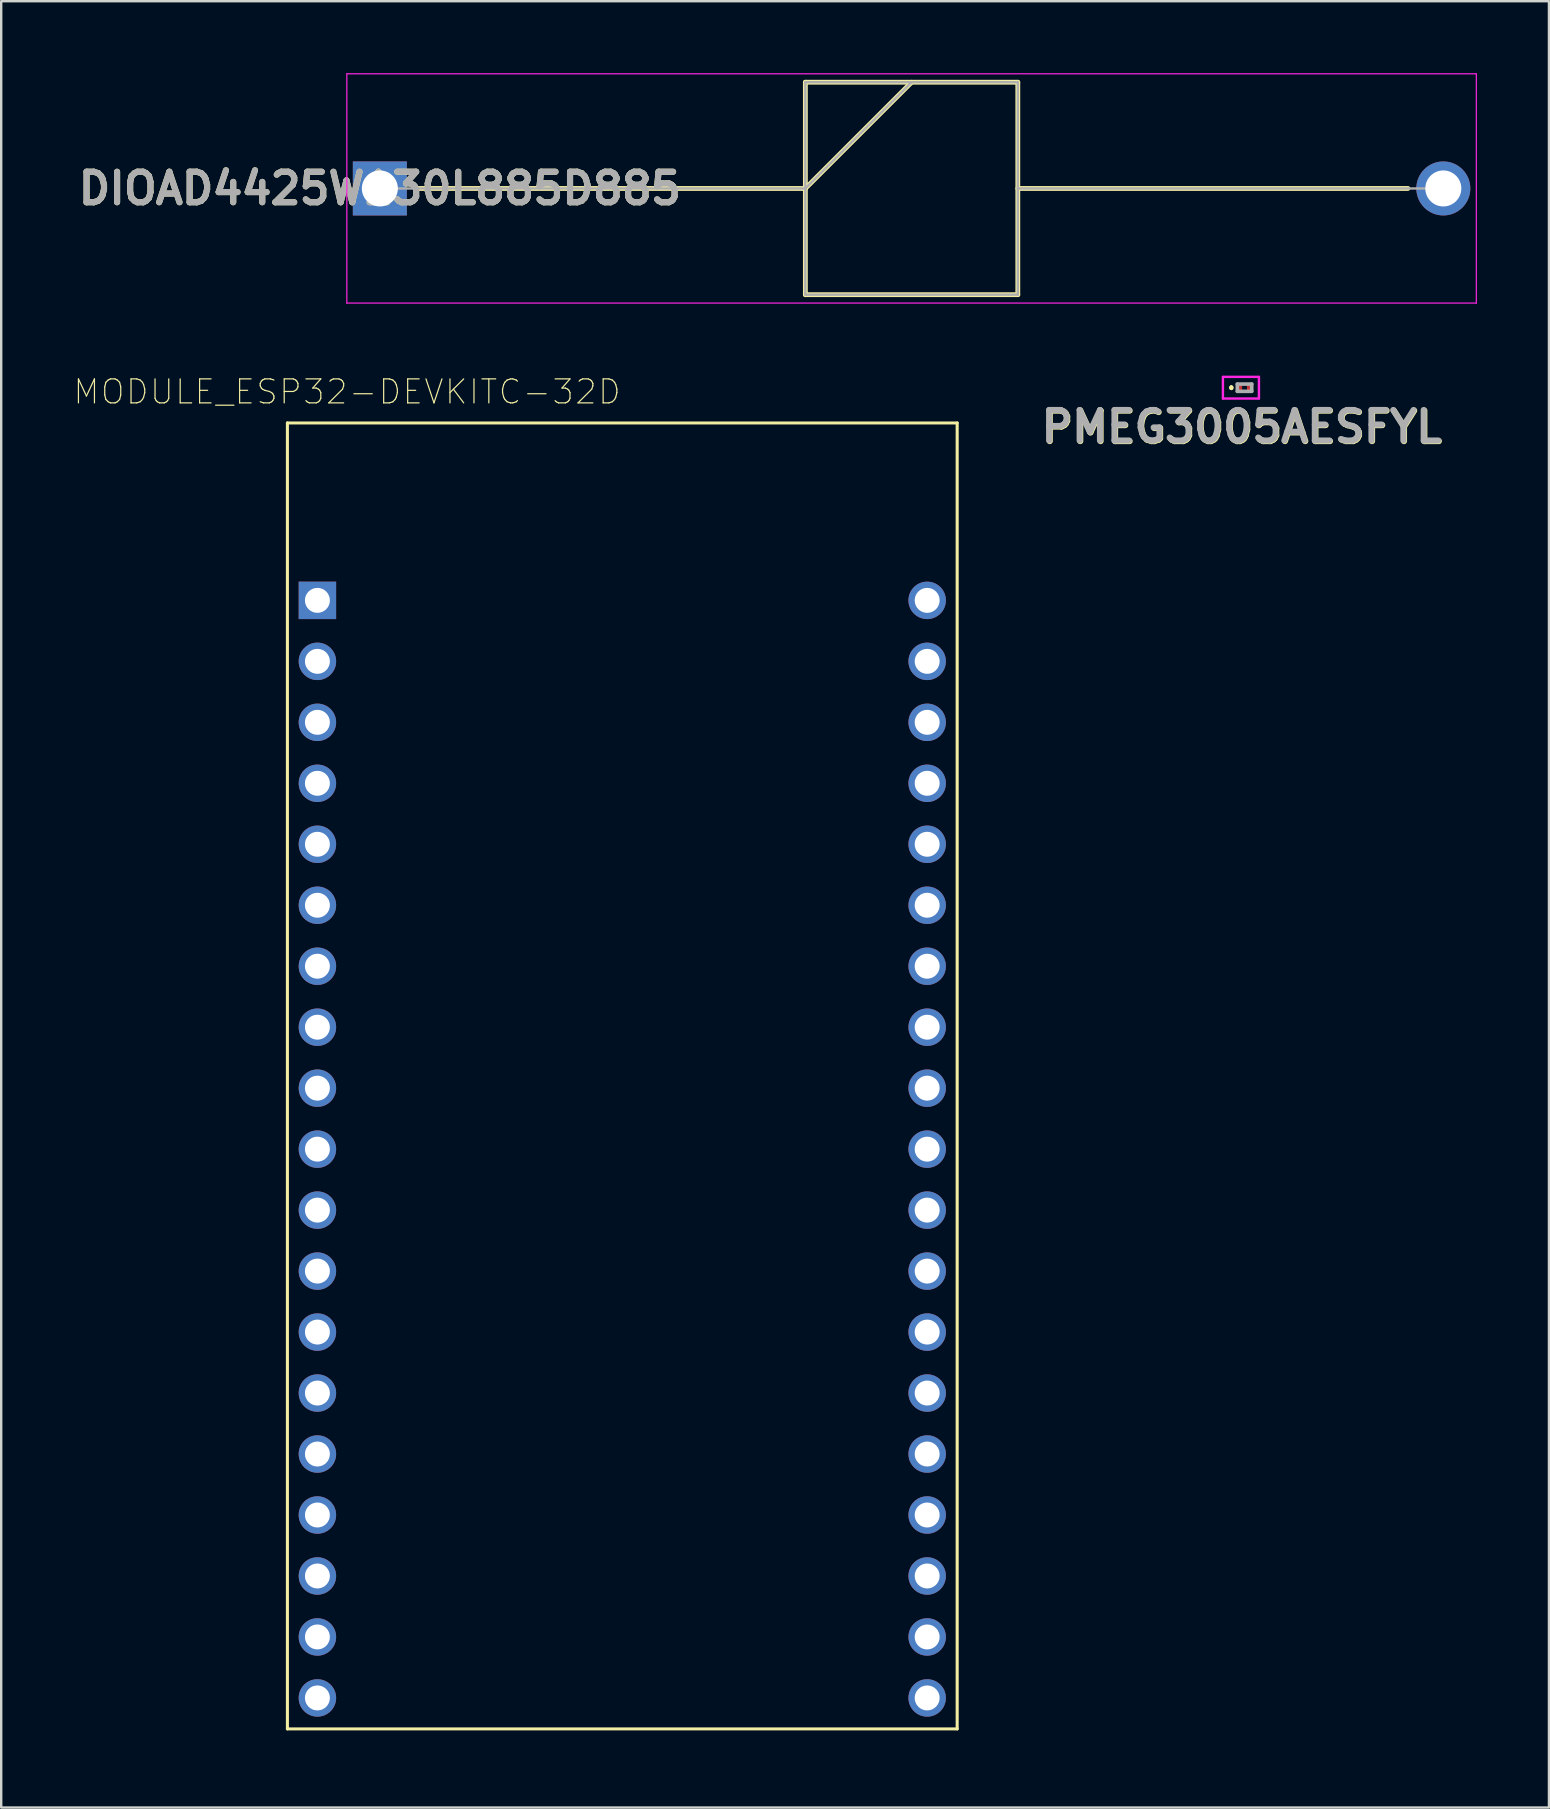
<source format=kicad_pcb>
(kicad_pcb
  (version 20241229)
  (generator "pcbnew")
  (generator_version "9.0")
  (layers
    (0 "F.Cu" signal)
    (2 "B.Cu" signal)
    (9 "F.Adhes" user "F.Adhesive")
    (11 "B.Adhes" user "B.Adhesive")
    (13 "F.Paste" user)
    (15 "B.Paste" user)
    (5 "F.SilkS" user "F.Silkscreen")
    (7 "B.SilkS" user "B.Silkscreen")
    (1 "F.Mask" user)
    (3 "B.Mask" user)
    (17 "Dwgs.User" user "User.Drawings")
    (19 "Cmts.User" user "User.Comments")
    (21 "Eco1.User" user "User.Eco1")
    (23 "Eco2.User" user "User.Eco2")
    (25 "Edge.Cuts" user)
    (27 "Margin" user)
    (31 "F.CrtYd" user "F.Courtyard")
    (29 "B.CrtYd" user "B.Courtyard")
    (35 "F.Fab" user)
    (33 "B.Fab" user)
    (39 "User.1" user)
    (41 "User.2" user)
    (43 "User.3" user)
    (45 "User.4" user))
  (footprint "DIOAD4425W130L885D885"
    (layer "F.Cu")
    (at 12.773 4.8)
    (property "Reference" "DIOAD4425W130L885D885" (at 0 0 0) (layer "F.SilkS") (effects (font (size 1.27 1.27) (thickness 0.254))))
    (attr through_hole)
    (fp_line (start 1.475 0) (end 17.725 0) (stroke (width 0.2) (type solid)) (layer "F.SilkS"))
    (fp_line (start 17.725 -4.425) (end 26.575 -4.425) (stroke (width 0.2) (type solid)) (layer "F.SilkS"))
    (fp_line (start 17.725 0) (end 22.15 -4.425) (stroke (width 0.2) (type solid)) (layer "F.SilkS"))
    (fp_line (start 17.725 4.425) (end 17.725 -4.425) (stroke (width 0.2) (type solid)) (layer "F.SilkS"))
    (fp_line (start 26.575 -4.425) (end 26.575 4.425) (stroke (width 0.2) (type solid)) (layer "F.SilkS"))
    (fp_line (start 26.575 0) (end 42.825 0) (stroke (width 0.2) (type solid)) (layer "F.SilkS"))
    (fp_line (start 26.575 4.425) (end 17.725 4.425) (stroke (width 0.2) (type solid)) (layer "F.SilkS"))
    (fp_line (start -1.375 -4.775) (end 45.675 -4.775) (stroke (width 0.05) (type solid)) (layer "F.CrtYd"))
    (fp_line (start -1.375 4.775) (end -1.375 -4.775) (stroke (width 0.05) (type solid)) (layer "F.CrtYd"))
    (fp_line (start 45.675 -4.775) (end 45.675 4.775) (stroke (width 0.05) (type solid)) (layer "F.CrtYd"))
    (fp_line (start 45.675 4.775) (end -1.375 4.775) (stroke (width 0.05) (type solid)) (layer "F.CrtYd"))
    (fp_line (start 0 0) (end 17.725 0) (stroke (width 0.1) (type solid)) (layer "F.Fab"))
    (fp_line (start 17.725 -4.425) (end 26.575 -4.425) (stroke (width 0.1) (type solid)) (layer "F.Fab"))
    (fp_line (start 17.725 0) (end 22.15 -4.425) (stroke (width 0.1) (type solid)) (layer "F.Fab"))
    (fp_line (start 17.725 4.425) (end 17.725 -4.425) (stroke (width 0.1) (type solid)) (layer "F.Fab"))
    (fp_line (start 26.575 -4.425) (end 26.575 4.425) (stroke (width 0.1) (type solid)) (layer "F.Fab"))
    (fp_line (start 26.575 0) (end 44.3 0) (stroke (width 0.1) (type solid)) (layer "F.Fab"))
    (fp_line (start 26.575 4.425) (end 17.725 4.425) (stroke (width 0.1) (type solid)) (layer "F.Fab"))
    (fp_text user "${REFERENCE}" (at 0 0 0) (layer "F.Fab") (effects (font (size 1.27 1.27) (thickness 0.254))))
    (pad "1" thru_hole rect (at 0 0) (size 2.25 2.25) (drill 1.5) (layers "*.Cu" "*.Mask"))
    (pad "2" thru_hole circle (at 44.3 0) (size 2.25 2.25) (drill 1.5) (layers "*.Cu" "*.Mask")))
  (footprint "MODULE_ESP32-DEVKITC-32D"
    (layer "F.Cu")
    (at 22.872 41.719)
    (property "Reference" "MODULE_ESP32-DEVKITC-32D" (at -11.464 -28.446 0) (layer "F.SilkS") (effects (font (size 1 1) (thickness 0.05))))
    (attr through_hole)
    (fp_line (start -13.95 -27.15) (end 13.95 -27.15) (stroke (width 0.127) (type solid)) (layer "F.SilkS"))
    (fp_line (start -13.95 27.25) (end -13.95 -27.15) (stroke (width 0.127) (type solid)) (layer "F.SilkS"))
    (fp_line (start 13.95 -27.15) (end 13.95 27.25) (stroke (width 0.127) (type solid)) (layer "F.SilkS"))
    (fp_line (start 13.95 27.25) (end -13.95 27.25) (stroke (width 0.127) (type solid)) (layer "F.SilkS"))
    (fp_line (start -14.2 -27.4) (end 14.2 -27.4) (stroke (width 0.05) (type solid)) (layer "Eco1.User"))
    (fp_line (start -14.2 27.5) (end -14.2 -27.4) (stroke (width 0.05) (type solid)) (layer "Eco1.User"))
    (fp_line (start 14.2 -27.4) (end 14.2 27.5) (stroke (width 0.05) (type solid)) (layer "Eco1.User"))
    (fp_line (start 14.2 27.5) (end -14.2 27.5) (stroke (width 0.05) (type solid)) (layer "Eco1.User"))
    (fp_line (start -13.95 -27.15) (end 13.95 -27.15) (stroke (width 0.127) (type solid)) (layer "Eco2.User"))
    (fp_line (start -13.95 27.25) (end -13.95 -27.15) (stroke (width 0.127) (type solid)) (layer "Eco2.User"))
    (fp_line (start 13.95 -27.15) (end 13.95 27.25) (stroke (width 0.127) (type solid)) (layer "Eco2.User"))
    (fp_line (start 13.95 27.25) (end -13.95 27.25) (stroke (width 0.127) (type solid)) (layer "Eco2.User"))
    (fp_circle (center -14.6 -19.9) (end -14.46 -19.9) (stroke (width 0.28) (type solid)) (fill no) (layer "Eco2.User"))
    (fp_circle (center -14.6 -19.9) (end -14.46 -19.9) (stroke (width 0.28) (type solid)) (fill no) (layer "Eco2.User"))
    (pad "1" thru_hole rect (at -12.7 -19.76) (size 1.56 1.56) (drill 1.04) (layers "*.Cu" "*.Mask"))
    (pad "2" thru_hole circle (at -12.7 -17.22) (size 1.56 1.56) (drill 1.04) (layers "*.Cu" "*.Mask"))
    (pad "3" thru_hole circle (at -12.7 -14.68) (size 1.56 1.56) (drill 1.04) (layers "*.Cu" "*.Mask"))
    (pad "4" thru_hole circle (at -12.7 -12.14) (size 1.56 1.56) (drill 1.04) (layers "*.Cu" "*.Mask"))
    (pad "5" thru_hole circle (at -12.7 -9.6) (size 1.56 1.56) (drill 1.04) (layers "*.Cu" "*.Mask"))
    (pad "6" thru_hole circle (at -12.7 -7.06) (size 1.56 1.56) (drill 1.04) (layers "*.Cu" "*.Mask"))
    (pad "7" thru_hole circle (at -12.7 -4.52) (size 1.56 1.56) (drill 1.04) (layers "*.Cu" "*.Mask"))
    (pad "8" thru_hole circle (at -12.7 -1.98) (size 1.56 1.56) (drill 1.04) (layers "*.Cu" "*.Mask"))
    (pad "9" thru_hole circle (at -12.7 0.56) (size 1.56 1.56) (drill 1.04) (layers "*.Cu" "*.Mask"))
    (pad "10" thru_hole circle (at -12.7 3.1) (size 1.56 1.56) (drill 1.04) (layers "*.Cu" "*.Mask"))
    (pad "11" thru_hole circle (at -12.7 5.64) (size 1.56 1.56) (drill 1.04) (layers "*.Cu" "*.Mask"))
    (pad "12" thru_hole circle (at -12.7 8.18) (size 1.56 1.56) (drill 1.04) (layers "*.Cu" "*.Mask"))
    (pad "13" thru_hole circle (at -12.7 10.72) (size 1.56 1.56) (drill 1.04) (layers "*.Cu" "*.Mask"))
    (pad "14" thru_hole circle (at -12.7 13.26) (size 1.56 1.56) (drill 1.04) (layers "*.Cu" "*.Mask"))
    (pad "15" thru_hole circle (at -12.7 15.8) (size 1.56 1.56) (drill 1.04) (layers "*.Cu" "*.Mask"))
    (pad "16" thru_hole circle (at -12.7 18.34) (size 1.56 1.56) (drill 1.04) (layers "*.Cu" "*.Mask"))
    (pad "17" thru_hole circle (at -12.7 20.88) (size 1.56 1.56) (drill 1.04) (layers "*.Cu" "*.Mask"))
    (pad "18" thru_hole circle (at -12.7 23.42) (size 1.56 1.56) (drill 1.04) (layers "*.Cu" "*.Mask"))
    (pad "19" thru_hole circle (at -12.7 25.96) (size 1.56 1.56) (drill 1.04) (layers "*.Cu" "*.Mask"))
    (pad "20" thru_hole circle (at 12.7 -19.76) (size 1.56 1.56) (drill 1.04) (layers "*.Cu" "*.Mask"))
    (pad "21" thru_hole circle (at 12.7 -17.22) (size 1.56 1.56) (drill 1.04) (layers "*.Cu" "*.Mask"))
    (pad "22" thru_hole circle (at 12.7 -14.68) (size 1.56 1.56) (drill 1.04) (layers "*.Cu" "*.Mask"))
    (pad "23" thru_hole circle (at 12.7 -12.14) (size 1.56 1.56) (drill 1.04) (layers "*.Cu" "*.Mask"))
    (pad "24" thru_hole circle (at 12.7 -9.6) (size 1.56 1.56) (drill 1.04) (layers "*.Cu" "*.Mask"))
    (pad "25" thru_hole circle (at 12.7 -7.06) (size 1.56 1.56) (drill 1.04) (layers "*.Cu" "*.Mask"))
    (pad "26" thru_hole circle (at 12.7 -4.52) (size 1.56 1.56) (drill 1.04) (layers "*.Cu" "*.Mask"))
    (pad "27" thru_hole circle (at 12.7 -1.98) (size 1.56 1.56) (drill 1.04) (layers "*.Cu" "*.Mask"))
    (pad "28" thru_hole circle (at 12.7 0.56) (size 1.56 1.56) (drill 1.04) (layers "*.Cu" "*.Mask"))
    (pad "29" thru_hole circle (at 12.7 3.1) (size 1.56 1.56) (drill 1.04) (layers "*.Cu" "*.Mask"))
    (pad "30" thru_hole circle (at 12.7 5.64) (size 1.56 1.56) (drill 1.04) (layers "*.Cu" "*.Mask"))
    (pad "31" thru_hole circle (at 12.7 8.18) (size 1.56 1.56) (drill 1.04) (layers "*.Cu" "*.Mask"))
    (pad "32" thru_hole circle (at 12.7 10.72) (size 1.56 1.56) (drill 1.04) (layers "*.Cu" "*.Mask"))
    (pad "33" thru_hole circle (at 12.7 13.26) (size 1.56 1.56) (drill 1.04) (layers "*.Cu" "*.Mask"))
    (pad "34" thru_hole circle (at 12.7 15.8) (size 1.56 1.56) (drill 1.04) (layers "*.Cu" "*.Mask"))
    (pad "35" thru_hole circle (at 12.7 18.34) (size 1.56 1.56) (drill 1.04) (layers "*.Cu" "*.Mask"))
    (pad "36" thru_hole circle (at 12.7 20.88) (size 1.56 1.56) (drill 1.04) (layers "*.Cu" "*.Mask"))
    (pad "37" thru_hole circle (at 12.7 23.42) (size 1.56 1.56) (drill 1.04) (layers "*.Cu" "*.Mask"))
    (pad "38" thru_hole circle (at 12.7 25.96) (size 1.56 1.56) (drill 1.04) (layers "*.Cu" "*.Mask")))
  (footprint "PMEG3005AESFYL"
    (layer "F.Cu")
    (at 48.642 13.1)
    (property "Reference" "PMEG3005AESFYL" (at 0.05 1.65 0) (layer "F.SilkS") (effects (font (size 1.27 1.27) (thickness 0.254))))
    (attr smd)
    (fp_line (start -0.4 -0.05) (end -0.4 -0.05) (stroke (width 0.1) (type solid)) (layer "F.SilkS"))
    (fp_line (start -0.4 0.05) (end -0.4 0.05) (stroke (width 0.1) (type solid)) (layer "F.SilkS"))
    (fp_arc (start -0.4 -0.05) (mid -0.35 0) (end -0.4 0.05) (stroke (width 0.1) (type solid)) (layer "F.SilkS"))
    (fp_arc (start -0.4 0.05) (mid -0.45 0) (end -0.4 -0.05) (stroke (width 0.1) (type solid)) (layer "F.SilkS"))
    (fp_line (start -0.75 -0.45) (end 0.75 -0.45) (stroke (width 0.1) (type solid)) (layer "F.CrtYd"))
    (fp_line (start -0.75 0.45) (end -0.75 -0.45) (stroke (width 0.1) (type solid)) (layer "F.CrtYd"))
    (fp_line (start 0.75 -0.45) (end 0.75 0.45) (stroke (width 0.1) (type solid)) (layer "F.CrtYd"))
    (fp_line (start 0.75 0.45) (end -0.75 0.45) (stroke (width 0.1) (type solid)) (layer "F.CrtYd"))
    (fp_line (start -0.15 -0.15) (end 0.45 -0.15) (stroke (width 0.15) (type solid)) (layer "F.Fab"))
    (fp_line (start -0.15 0.15) (end -0.15 -0.15) (stroke (width 0.15) (type solid)) (layer "F.Fab"))
    (fp_line (start 0.45 -0.15) (end 0.45 0.15) (stroke (width 0.15) (type solid)) (layer "F.Fab"))
    (fp_line (start 0.45 0.15) (end -0.15 0.15) (stroke (width 0.15) (type solid)) (layer "F.Fab"))
    (fp_text user "${REFERENCE}" (at 0.025 1.625 0) (layer "F.Fab") (effects (font (size 1.27 1.27) (thickness 0.254))))
    (pad "1" smd rect (at -0.05 0) (size 0.2 0.28) (layers "F.Cu" "F.Mask" "F.Paste"))
    (pad "2" smd rect (at 0.35 0) (size 0.2 0.28) (layers "F.Cu" "F.Mask" "F.Paste")))
  (gr_rect
    (start -3 -3)
    (end 61.473 72.244)
    (stroke (width 0.1) (type default))
    (fill no)
    (layer "Edge.Cuts")))
</source>
